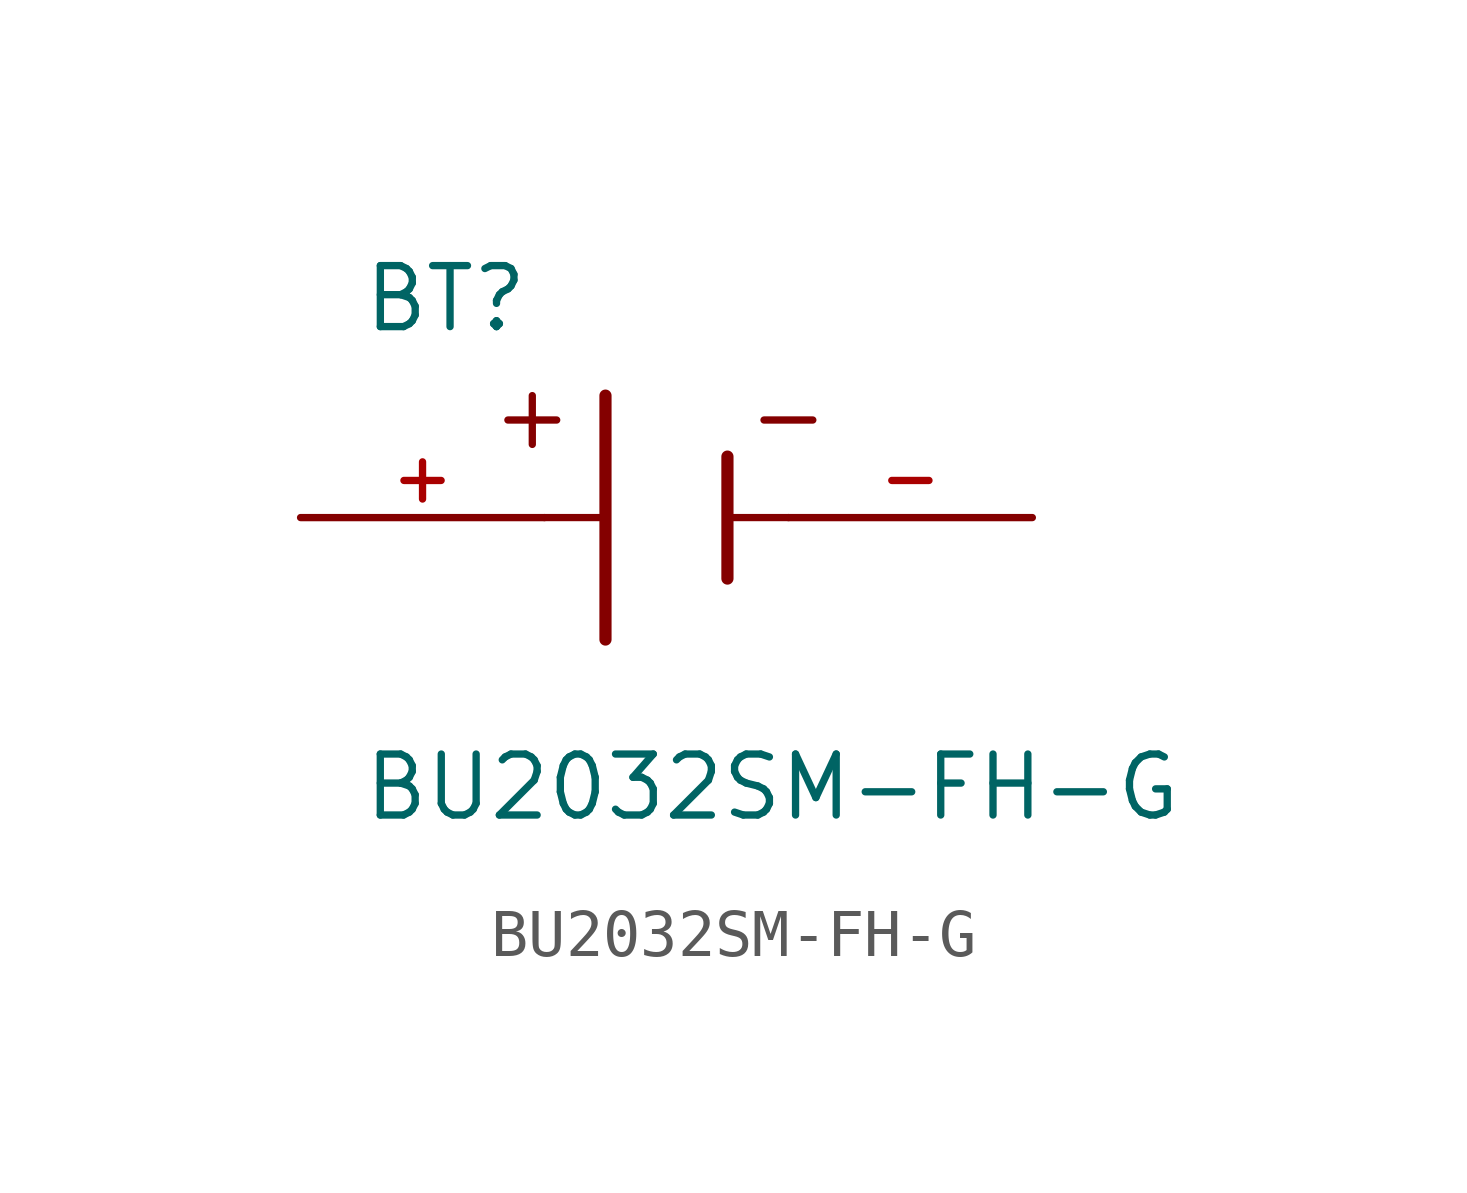
<source format=kicad_sym>
(kicad_symbol_lib
  (version 20211014)
  (generator kicad_symbol_editor)
  (symbol "BU2032SM-FH-G"
    (pin_names
      (offset 1.016))
    (property "Reference" "BT"
      (at -6.361 3.814 0)
      (effects (font (size 1.27 1.27)) (justify bottom left)))
    (property "Value" "BU2032SM-FH-G"
      (at -6.362 -6.358 0)
      (effects (font (size 1.27 1.27)) (justify bottom left)))
    (symbol "BU2032SM-FH-G_0_0"
      (polyline (pts (xy -1.27 2.54) (xy -1.27 -2.54)) (stroke (width 0.254)))
      (polyline (pts (xy 1.27 1.27) (xy 1.27 -1.27)) (stroke (width 0.254)))
      (polyline (pts (xy -2.54 0.0) (xy -1.27 0.0)) (stroke (width 0.152)))
      (polyline (pts (xy 1.27 0.0) (xy 2.54 0.0)) (stroke (width 0.152)))
      (polyline (pts (xy -2.794 2.54) (xy -2.794 1.524)) (stroke (width 0.152)))
      (polyline (pts (xy -3.302 2.032) (xy -2.286 2.032)) (stroke (width 0.152)))
      (polyline (pts (xy 2.032 2.032) (xy 3.048 2.032)) (stroke (width 0.152)))
      (pin passive line (at -7.62 0.0 0) (length 5.08) (name "~" (effects (font (size 1.016 1.016)))) (number "+" (effects (font (size 1.016 1.016)))))
      (pin passive line (at 7.62 0.0 180.0) (length 5.08) (name "~" (effects (font (size 1.016 1.016)))) (number "-" (effects (font (size 1.016 1.016))))))))
</source>
